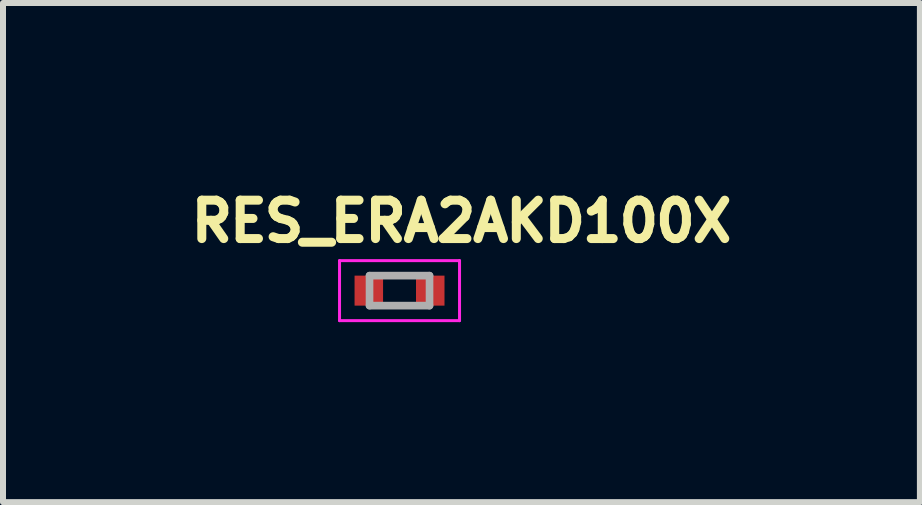
<source format=kicad_pcb>
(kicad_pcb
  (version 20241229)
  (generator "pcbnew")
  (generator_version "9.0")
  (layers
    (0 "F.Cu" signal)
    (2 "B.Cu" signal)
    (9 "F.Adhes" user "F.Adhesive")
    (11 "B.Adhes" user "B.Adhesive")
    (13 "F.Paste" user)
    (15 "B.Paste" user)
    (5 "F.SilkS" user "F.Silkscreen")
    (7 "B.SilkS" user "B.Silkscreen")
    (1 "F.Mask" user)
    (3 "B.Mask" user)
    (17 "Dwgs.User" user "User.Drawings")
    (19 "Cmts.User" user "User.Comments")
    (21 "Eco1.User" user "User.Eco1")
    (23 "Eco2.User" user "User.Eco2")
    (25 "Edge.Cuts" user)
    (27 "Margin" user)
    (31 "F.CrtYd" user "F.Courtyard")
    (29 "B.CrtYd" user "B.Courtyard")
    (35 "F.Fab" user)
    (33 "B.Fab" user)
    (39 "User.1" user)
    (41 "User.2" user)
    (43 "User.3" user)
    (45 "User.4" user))
  (footprint "RES_ERA2AKD100X"
    (layer "F.Cu")
    (at 3.609 1.794)
    (property "Reference" "RES_ERA2AKD100X" (at 1.032 -1.156 0) (layer "F.SilkS") (effects (font (size 0.64 0.64) (thickness 0.15))))
    (attr smd)
    (fp_line (start -1 -0.5) (end -1 0.5) (stroke (width 0.05) (type solid)) (layer "F.CrtYd"))
    (fp_line (start -1 0.5) (end 1 0.5) (stroke (width 0.05) (type solid)) (layer "F.CrtYd"))
    (fp_line (start 1 -0.5) (end -1 -0.5) (stroke (width 0.05) (type solid)) (layer "F.CrtYd"))
    (fp_line (start 1 0.5) (end 1 -0.5) (stroke (width 0.05) (type solid)) (layer "F.CrtYd"))
    (fp_line (start -0.5 -0.25) (end -0.5 0.25) (stroke (width 0.127) (type solid)) (layer "F.Fab"))
    (fp_line (start -0.5 -0.25) (end 0.5 -0.25) (stroke (width 0.127) (type solid)) (layer "F.Fab"))
    (fp_line (start -0.5 0.25) (end 0.5 0.25) (stroke (width 0.127) (type solid)) (layer "F.Fab"))
    (fp_line (start 0.5 -0.25) (end 0.5 0.25) (stroke (width 0.127) (type solid)) (layer "F.Fab"))
    (pad "1" smd rect (at -0.512 0) (size 0.475 0.5) (layers "F.Cu" "F.Mask" "F.Paste"))
    (pad "2" smd rect (at 0.512 0) (size 0.475 0.5) (layers "F.Cu" "F.Mask" "F.Paste")))
  (gr_rect
    (start -3 -3)
    (end 12.282 5.319)
    (stroke (width 0.1) (type default))
    (fill no)
    (layer "Edge.Cuts")))
</source>
